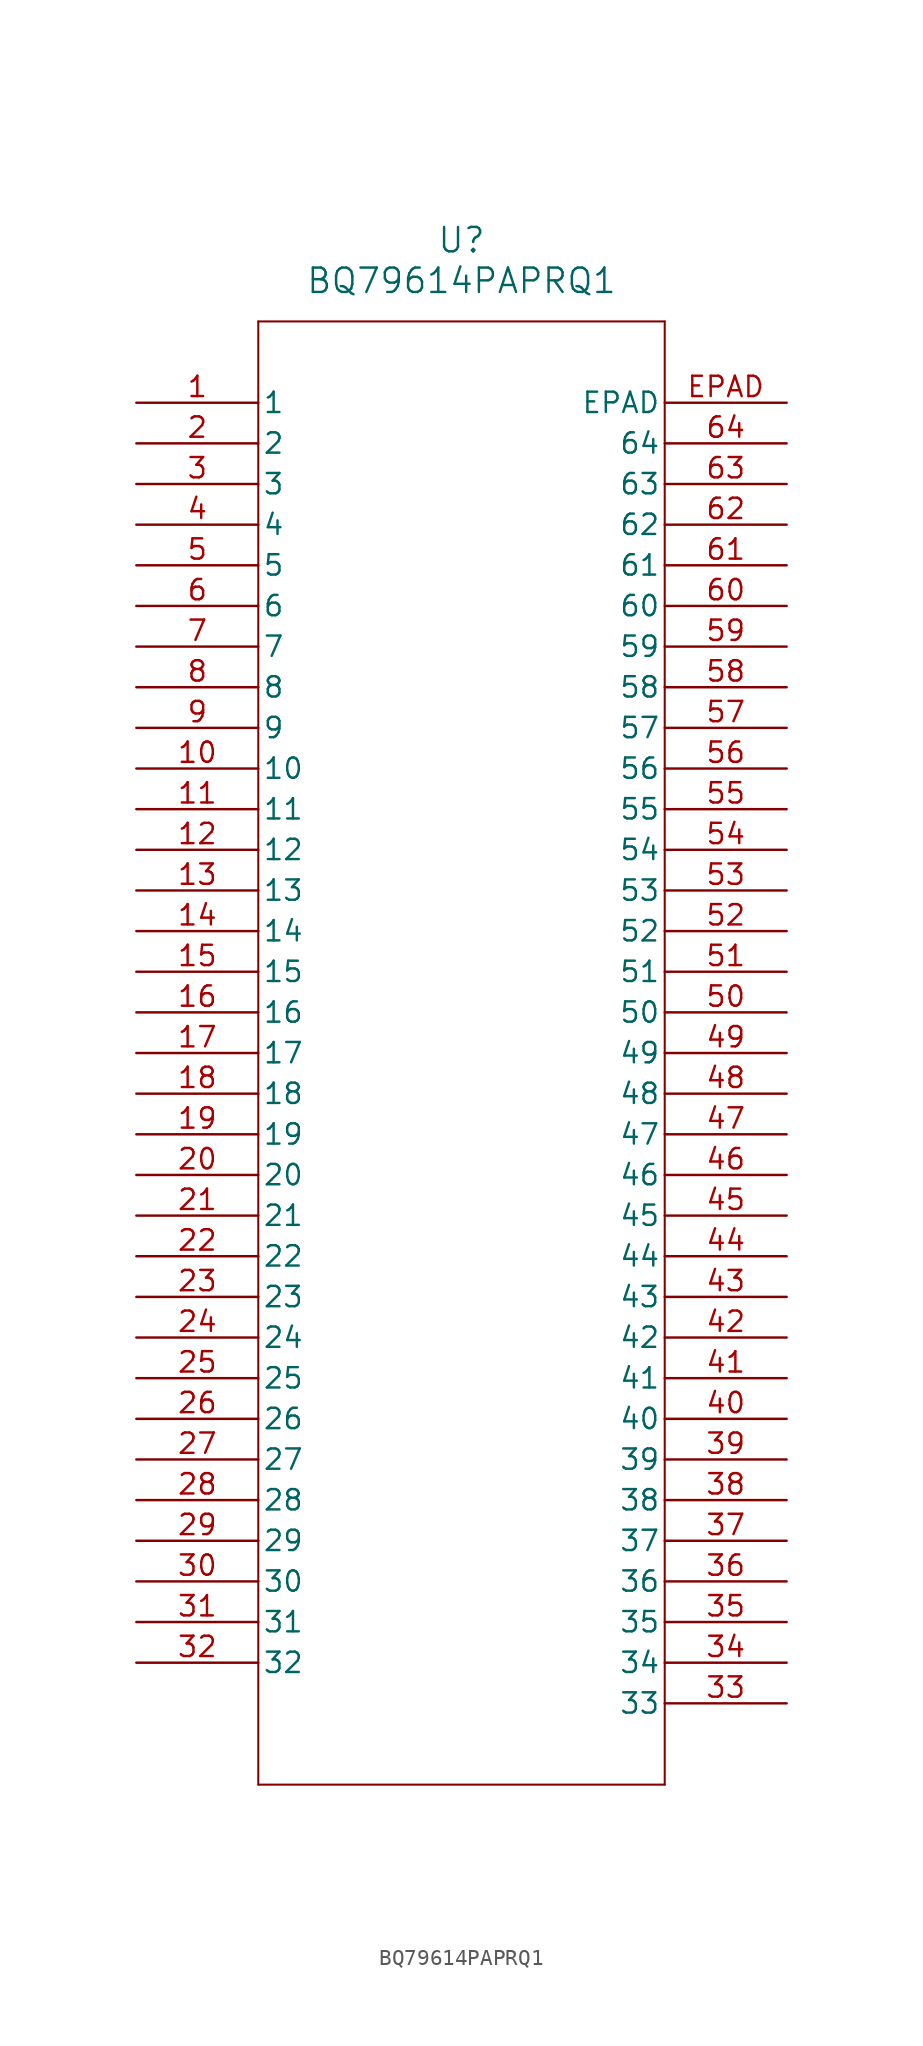
<source format=kicad_sym>
(kicad_symbol_lib
  (version 20211014)
  (generator kicad_symbol_editor)
  (symbol "BQ79614PAPRQ1"
    (pin_names
      (offset 0.254))
    (property "Reference" "U"
      (at 20.32 10.16 0)
      (effects (font (size 1.524 1.524))))
    (property "Value" "BQ79614PAPRQ1"
      (at 20.32 7.62 0)
      (effects (font (size 1.524 1.524))))
    (symbol "BQ79614PAPRQ1_0_1"
      (polyline (pts (xy 7.62 5.08) (xy 7.62 -86.36)) (stroke (width 0.127) (type default) (color 0 0 0 0)) (fill (type none)))
      (polyline (pts (xy 7.62 -86.36) (xy 33.02 -86.36)) (stroke (width 0.127) (type default) (color 0 0 0 0)) (fill (type none)))
      (polyline (pts (xy 33.02 -86.36) (xy 33.02 5.08)) (stroke (width 0.127) (type default) (color 0 0 0 0)) (fill (type none)))
      (polyline (pts (xy 33.02 5.08) (xy 7.62 5.08)) (stroke (width 0.127) (type default) (color 0 0 0 0)) (fill (type none)))
      (pin unspecified line (at 0 0 0) (length 7.62) (name "1" (effects (font (size 1.27 1.27)))) (number "1" (effects (font (size 1.27 1.27)))))
      (pin unspecified line (at 0 -2.54 0) (length 7.62) (name "2" (effects (font (size 1.27 1.27)))) (number "2" (effects (font (size 1.27 1.27)))))
      (pin unspecified line (at 0 -5.08 0) (length 7.62) (name "3" (effects (font (size 1.27 1.27)))) (number "3" (effects (font (size 1.27 1.27)))))
      (pin unspecified line (at 0 -7.62 0) (length 7.62) (name "4" (effects (font (size 1.27 1.27)))) (number "4" (effects (font (size 1.27 1.27)))))
      (pin unspecified line (at 0 -10.16 0) (length 7.62) (name "5" (effects (font (size 1.27 1.27)))) (number "5" (effects (font (size 1.27 1.27)))))
      (pin unspecified line (at 0 -12.7 0) (length 7.62) (name "6" (effects (font (size 1.27 1.27)))) (number "6" (effects (font (size 1.27 1.27)))))
      (pin unspecified line (at 0 -15.24 0) (length 7.62) (name "7" (effects (font (size 1.27 1.27)))) (number "7" (effects (font (size 1.27 1.27)))))
      (pin unspecified line (at 0 -17.78 0) (length 7.62) (name "8" (effects (font (size 1.27 1.27)))) (number "8" (effects (font (size 1.27 1.27)))))
      (pin unspecified line (at 0 -20.32 0) (length 7.62) (name "9" (effects (font (size 1.27 1.27)))) (number "9" (effects (font (size 1.27 1.27)))))
      (pin unspecified line (at 0 -22.86 0) (length 7.62) (name "10" (effects (font (size 1.27 1.27)))) (number "10" (effects (font (size 1.27 1.27)))))
      (pin unspecified line (at 0 -25.4 0) (length 7.62) (name "11" (effects (font (size 1.27 1.27)))) (number "11" (effects (font (size 1.27 1.27)))))
      (pin unspecified line (at 0 -27.94 0) (length 7.62) (name "12" (effects (font (size 1.27 1.27)))) (number "12" (effects (font (size 1.27 1.27)))))
      (pin unspecified line (at 0 -30.48 0) (length 7.62) (name "13" (effects (font (size 1.27 1.27)))) (number "13" (effects (font (size 1.27 1.27)))))
      (pin unspecified line (at 0 -33.02 0) (length 7.62) (name "14" (effects (font (size 1.27 1.27)))) (number "14" (effects (font (size 1.27 1.27)))))
      (pin unspecified line (at 0 -35.56 0) (length 7.62) (name "15" (effects (font (size 1.27 1.27)))) (number "15" (effects (font (size 1.27 1.27)))))
      (pin unspecified line (at 0 -38.1 0) (length 7.62) (name "16" (effects (font (size 1.27 1.27)))) (number "16" (effects (font (size 1.27 1.27)))))
      (pin unspecified line (at 0 -40.64 0) (length 7.62) (name "17" (effects (font (size 1.27 1.27)))) (number "17" (effects (font (size 1.27 1.27)))))
      (pin unspecified line (at 0 -43.18 0) (length 7.62) (name "18" (effects (font (size 1.27 1.27)))) (number "18" (effects (font (size 1.27 1.27)))))
      (pin unspecified line (at 0 -45.72 0) (length 7.62) (name "19" (effects (font (size 1.27 1.27)))) (number "19" (effects (font (size 1.27 1.27)))))
      (pin unspecified line (at 0 -48.26 0) (length 7.62) (name "20" (effects (font (size 1.27 1.27)))) (number "20" (effects (font (size 1.27 1.27)))))
      (pin unspecified line (at 0 -50.8 0) (length 7.62) (name "21" (effects (font (size 1.27 1.27)))) (number "21" (effects (font (size 1.27 1.27)))))
      (pin unspecified line (at 0 -53.34 0) (length 7.62) (name "22" (effects (font (size 1.27 1.27)))) (number "22" (effects (font (size 1.27 1.27)))))
      (pin unspecified line (at 0 -55.88 0) (length 7.62) (name "23" (effects (font (size 1.27 1.27)))) (number "23" (effects (font (size 1.27 1.27)))))
      (pin unspecified line (at 0 -58.42 0) (length 7.62) (name "24" (effects (font (size 1.27 1.27)))) (number "24" (effects (font (size 1.27 1.27)))))
      (pin unspecified line (at 0 -60.96 0) (length 7.62) (name "25" (effects (font (size 1.27 1.27)))) (number "25" (effects (font (size 1.27 1.27)))))
      (pin unspecified line (at 0 -63.5 0) (length 7.62) (name "26" (effects (font (size 1.27 1.27)))) (number "26" (effects (font (size 1.27 1.27)))))
      (pin unspecified line (at 0 -66.04 0) (length 7.62) (name "27" (effects (font (size 1.27 1.27)))) (number "27" (effects (font (size 1.27 1.27)))))
      (pin unspecified line (at 0 -68.58 0) (length 7.62) (name "28" (effects (font (size 1.27 1.27)))) (number "28" (effects (font (size 1.27 1.27)))))
      (pin unspecified line (at 0 -71.12 0) (length 7.62) (name "29" (effects (font (size 1.27 1.27)))) (number "29" (effects (font (size 1.27 1.27)))))
      (pin unspecified line (at 0 -73.66 0) (length 7.62) (name "30" (effects (font (size 1.27 1.27)))) (number "30" (effects (font (size 1.27 1.27)))))
      (pin unspecified line (at 0 -76.2 0) (length 7.62) (name "31" (effects (font (size 1.27 1.27)))) (number "31" (effects (font (size 1.27 1.27)))))
      (pin unspecified line (at 0 -78.74 0) (length 7.62) (name "32" (effects (font (size 1.27 1.27)))) (number "32" (effects (font (size 1.27 1.27)))))
      (pin unspecified line (at 40.64 -81.28 180) (length 7.62) (name "33" (effects (font (size 1.27 1.27)))) (number "33" (effects (font (size 1.27 1.27)))))
      (pin unspecified line (at 40.64 -78.74 180) (length 7.62) (name "34" (effects (font (size 1.27 1.27)))) (number "34" (effects (font (size 1.27 1.27)))))
      (pin unspecified line (at 40.64 -76.2 180) (length 7.62) (name "35" (effects (font (size 1.27 1.27)))) (number "35" (effects (font (size 1.27 1.27)))))
      (pin unspecified line (at 40.64 -73.66 180) (length 7.62) (name "36" (effects (font (size 1.27 1.27)))) (number "36" (effects (font (size 1.27 1.27)))))
      (pin unspecified line (at 40.64 -71.12 180) (length 7.62) (name "37" (effects (font (size 1.27 1.27)))) (number "37" (effects (font (size 1.27 1.27)))))
      (pin unspecified line (at 40.64 -68.58 180) (length 7.62) (name "38" (effects (font (size 1.27 1.27)))) (number "38" (effects (font (size 1.27 1.27)))))
      (pin unspecified line (at 40.64 -66.04 180) (length 7.62) (name "39" (effects (font (size 1.27 1.27)))) (number "39" (effects (font (size 1.27 1.27)))))
      (pin unspecified line (at 40.64 -63.5 180) (length 7.62) (name "40" (effects (font (size 1.27 1.27)))) (number "40" (effects (font (size 1.27 1.27)))))
      (pin unspecified line (at 40.64 -60.96 180) (length 7.62) (name "41" (effects (font (size 1.27 1.27)))) (number "41" (effects (font (size 1.27 1.27)))))
      (pin unspecified line (at 40.64 -58.42 180) (length 7.62) (name "42" (effects (font (size 1.27 1.27)))) (number "42" (effects (font (size 1.27 1.27)))))
      (pin unspecified line (at 40.64 -55.88 180) (length 7.62) (name "43" (effects (font (size 1.27 1.27)))) (number "43" (effects (font (size 1.27 1.27)))))
      (pin unspecified line (at 40.64 -53.34 180) (length 7.62) (name "44" (effects (font (size 1.27 1.27)))) (number "44" (effects (font (size 1.27 1.27)))))
      (pin unspecified line (at 40.64 -50.8 180) (length 7.62) (name "45" (effects (font (size 1.27 1.27)))) (number "45" (effects (font (size 1.27 1.27)))))
      (pin unspecified line (at 40.64 -48.26 180) (length 7.62) (name "46" (effects (font (size 1.27 1.27)))) (number "46" (effects (font (size 1.27 1.27)))))
      (pin unspecified line (at 40.64 -45.72 180) (length 7.62) (name "47" (effects (font (size 1.27 1.27)))) (number "47" (effects (font (size 1.27 1.27)))))
      (pin unspecified line (at 40.64 -43.18 180) (length 7.62) (name "48" (effects (font (size 1.27 1.27)))) (number "48" (effects (font (size 1.27 1.27)))))
      (pin unspecified line (at 40.64 -40.64 180) (length 7.62) (name "49" (effects (font (size 1.27 1.27)))) (number "49" (effects (font (size 1.27 1.27)))))
      (pin unspecified line (at 40.64 -38.1 180) (length 7.62) (name "50" (effects (font (size 1.27 1.27)))) (number "50" (effects (font (size 1.27 1.27)))))
      (pin unspecified line (at 40.64 -35.56 180) (length 7.62) (name "51" (effects (font (size 1.27 1.27)))) (number "51" (effects (font (size 1.27 1.27)))))
      (pin unspecified line (at 40.64 -33.02 180) (length 7.62) (name "52" (effects (font (size 1.27 1.27)))) (number "52" (effects (font (size 1.27 1.27)))))
      (pin unspecified line (at 40.64 -30.48 180) (length 7.62) (name "53" (effects (font (size 1.27 1.27)))) (number "53" (effects (font (size 1.27 1.27)))))
      (pin unspecified line (at 40.64 -27.94 180) (length 7.62) (name "54" (effects (font (size 1.27 1.27)))) (number "54" (effects (font (size 1.27 1.27)))))
      (pin unspecified line (at 40.64 -25.4 180) (length 7.62) (name "55" (effects (font (size 1.27 1.27)))) (number "55" (effects (font (size 1.27 1.27)))))
      (pin unspecified line (at 40.64 -22.86 180) (length 7.62) (name "56" (effects (font (size 1.27 1.27)))) (number "56" (effects (font (size 1.27 1.27)))))
      (pin unspecified line (at 40.64 -20.32 180) (length 7.62) (name "57" (effects (font (size 1.27 1.27)))) (number "57" (effects (font (size 1.27 1.27)))))
      (pin unspecified line (at 40.64 -17.78 180) (length 7.62) (name "58" (effects (font (size 1.27 1.27)))) (number "58" (effects (font (size 1.27 1.27)))))
      (pin unspecified line (at 40.64 -15.24 180) (length 7.62) (name "59" (effects (font (size 1.27 1.27)))) (number "59" (effects (font (size 1.27 1.27)))))
      (pin unspecified line (at 40.64 -12.7 180) (length 7.62) (name "60" (effects (font (size 1.27 1.27)))) (number "60" (effects (font (size 1.27 1.27)))))
      (pin unspecified line (at 40.64 -10.16 180) (length 7.62) (name "61" (effects (font (size 1.27 1.27)))) (number "61" (effects (font (size 1.27 1.27)))))
      (pin unspecified line (at 40.64 -7.62 180) (length 7.62) (name "62" (effects (font (size 1.27 1.27)))) (number "62" (effects (font (size 1.27 1.27)))))
      (pin unspecified line (at 40.64 -5.08 180) (length 7.62) (name "63" (effects (font (size 1.27 1.27)))) (number "63" (effects (font (size 1.27 1.27)))))
      (pin unspecified line (at 40.64 -2.54 180) (length 7.62) (name "64" (effects (font (size 1.27 1.27)))) (number "64" (effects (font (size 1.27 1.27)))))
      (pin unspecified line (at 40.64 0 180) (length 7.62) (name "EPAD" (effects (font (size 1.27 1.27)))) (number "EPAD" (effects (font (size 1.27 1.27))))))))
</source>
